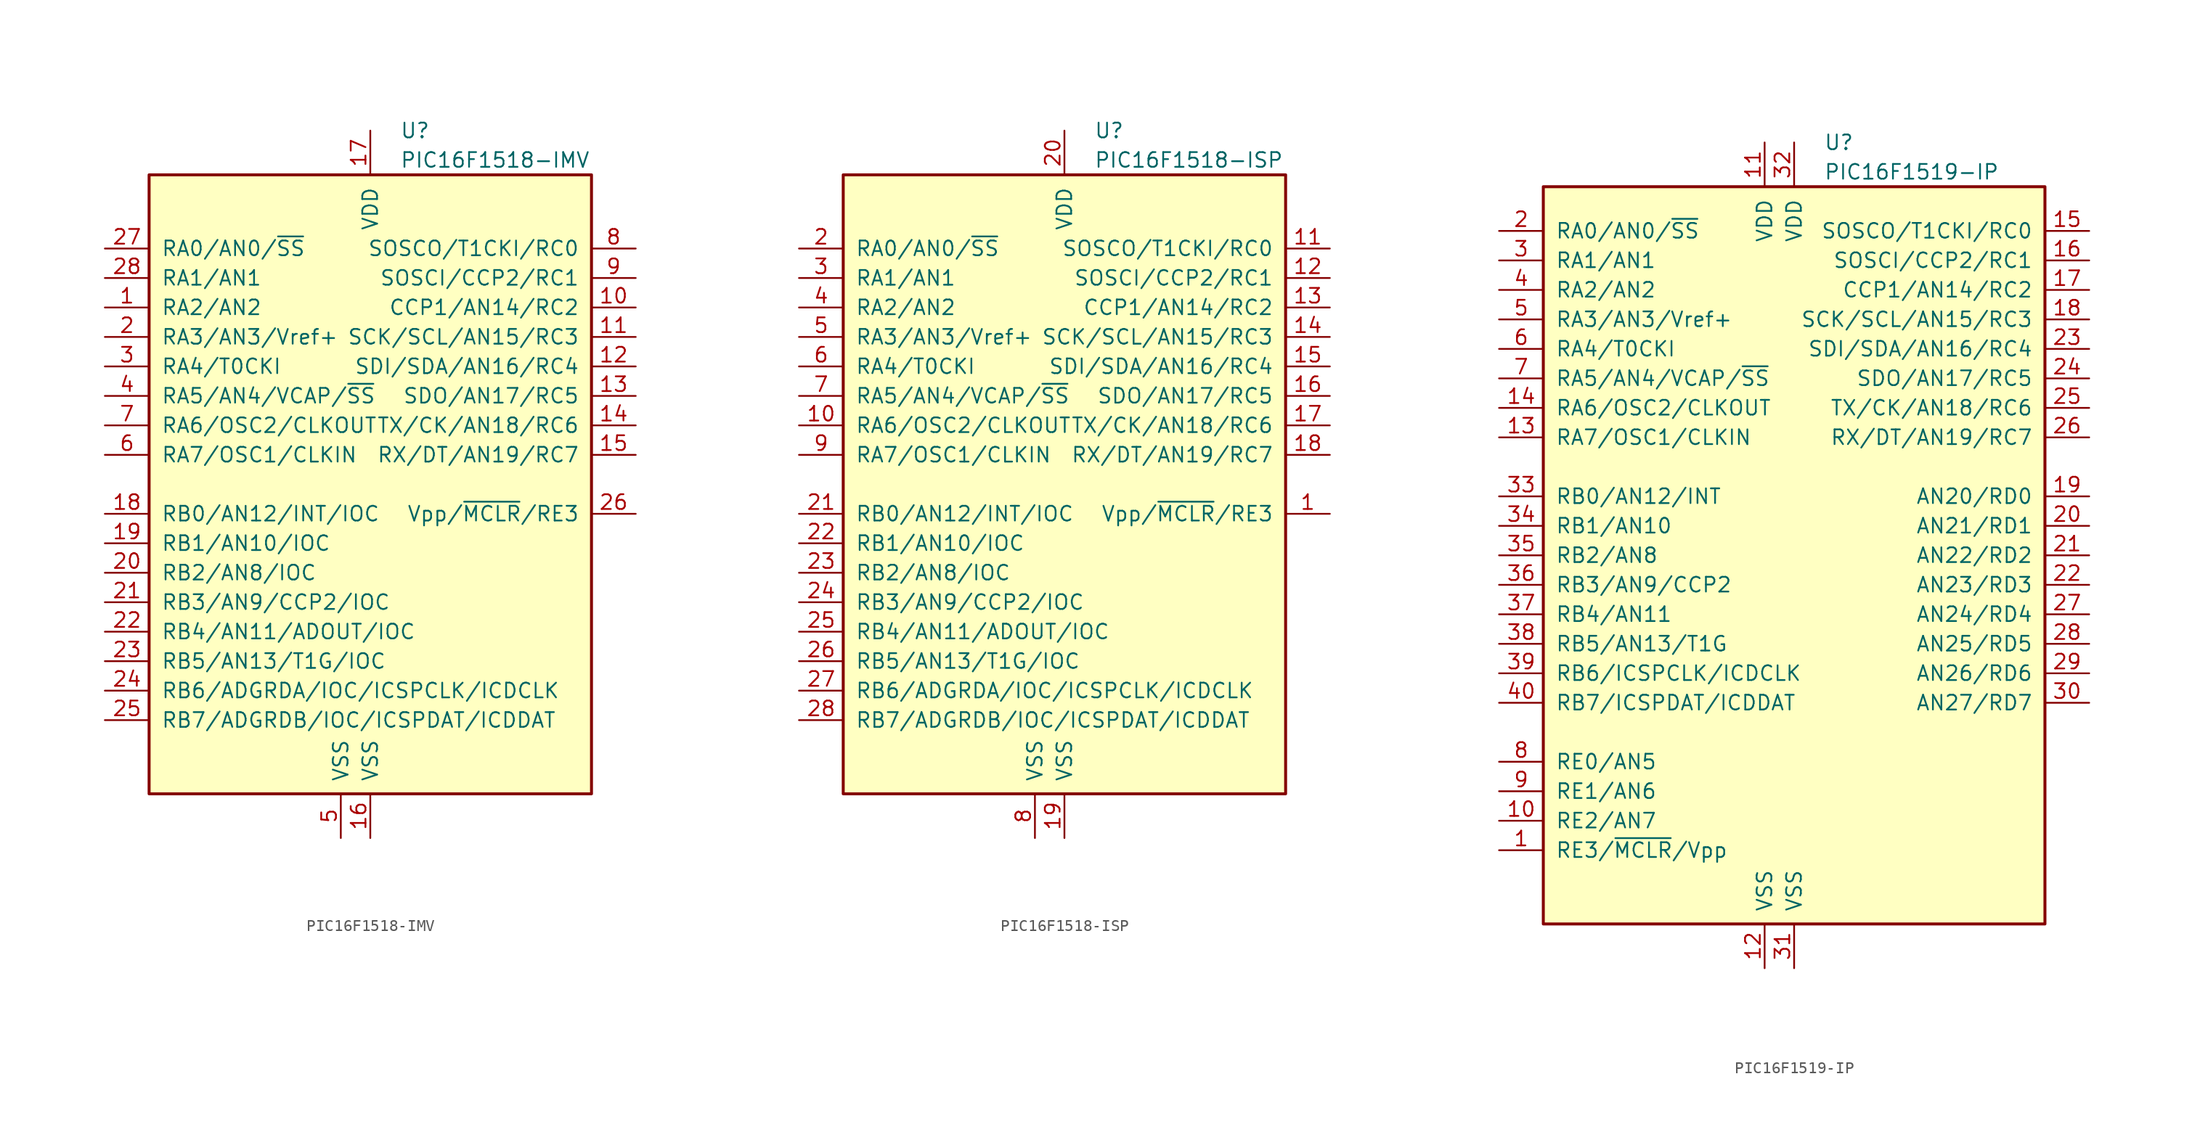
<source format=kicad_sym>
(kicad_symbol_lib
  (version 20201005)
  (generator kicad_symbol_editor)
  (symbol "PIC16F1518-IMV"
    (pin_names
      (offset 1.016))
    (property "Reference" "U"
      (at 2.54 30.48 0)
      (effects (font (size 1.27 1.27)) (justify left)))
    (property "Value" "PIC16F1518-IMV"
      (at 2.54 27.94 0)
      (effects (font (size 1.27 1.27)) (justify left)))
    (symbol "PIC16F1518-IMV_0_1"
      (rectangle (start -19.05 26.67) (end 19.05 -26.67) (stroke (width 0.254)) (fill (type background))))
    (symbol "PIC16F1518-IMV_1_1"
      (pin bidirectional line (at -22.86 15.24 0) (length 3.81) (name "RA2/AN2" (effects (font (size 1.27 1.27)))) (number "1" (effects (font (size 1.27 1.27)))))
      (pin bidirectional line (at 22.86 15.24 180) (length 3.81) (name "CCP1/AN14/RC2" (effects (font (size 1.27 1.27)))) (number "10" (effects (font (size 1.27 1.27)))))
      (pin bidirectional line (at 22.86 12.7 180) (length 3.81) (name "SCK/SCL/AN15/RC3" (effects (font (size 1.27 1.27)))) (number "11" (effects (font (size 1.27 1.27)))))
      (pin bidirectional line (at 22.86 10.16 180) (length 3.81) (name "SDI/SDA/AN16/RC4" (effects (font (size 1.27 1.27)))) (number "12" (effects (font (size 1.27 1.27)))))
      (pin bidirectional line (at 22.86 7.62 180) (length 3.81) (name "SDO/AN17/RC5" (effects (font (size 1.27 1.27)))) (number "13" (effects (font (size 1.27 1.27)))))
      (pin bidirectional line (at 22.86 5.08 180) (length 3.81) (name "TX/CK/AN18/RC6" (effects (font (size 1.27 1.27)))) (number "14" (effects (font (size 1.27 1.27)))))
      (pin bidirectional line (at 22.86 2.54 180) (length 3.81) (name "RX/DT/AN19/RC7" (effects (font (size 1.27 1.27)))) (number "15" (effects (font (size 1.27 1.27)))))
      (pin power_in line (at 0 -30.48 90) (length 3.81) (name "VSS" (effects (font (size 1.27 1.27)))) (number "16" (effects (font (size 1.27 1.27)))))
      (pin power_in line (at 0 30.48 270) (length 3.81) (name "VDD" (effects (font (size 1.27 1.27)))) (number "17" (effects (font (size 1.27 1.27)))))
      (pin bidirectional line (at -22.86 -2.54 0) (length 3.81) (name "RB0/AN12/INT/IOC" (effects (font (size 1.27 1.27)))) (number "18" (effects (font (size 1.27 1.27)))))
      (pin bidirectional line (at -22.86 -5.08 0) (length 3.81) (name "RB1/AN10/IOC" (effects (font (size 1.27 1.27)))) (number "19" (effects (font (size 1.27 1.27)))))
      (pin bidirectional line (at -22.86 12.7 0) (length 3.81) (name "RA3/AN3/Vref+" (effects (font (size 1.27 1.27)))) (number "2" (effects (font (size 1.27 1.27)))))
      (pin bidirectional line (at -22.86 -7.62 0) (length 3.81) (name "RB2/AN8/IOC" (effects (font (size 1.27 1.27)))) (number "20" (effects (font (size 1.27 1.27)))))
      (pin bidirectional line (at -22.86 -10.16 0) (length 3.81) (name "RB3/AN9/CCP2/IOC" (effects (font (size 1.27 1.27)))) (number "21" (effects (font (size 1.27 1.27)))))
      (pin bidirectional line (at -22.86 -12.7 0) (length 3.81) (name "RB4/AN11/ADOUT/IOC" (effects (font (size 1.27 1.27)))) (number "22" (effects (font (size 1.27 1.27)))))
      (pin bidirectional line (at -22.86 -15.24 0) (length 3.81) (name "RB5/AN13/T1G/IOC" (effects (font (size 1.27 1.27)))) (number "23" (effects (font (size 1.27 1.27)))))
      (pin bidirectional line (at -22.86 -17.78 0) (length 3.81) (name "RB6/ADGRDA/IOC/ICSPCLK/ICDCLK" (effects (font (size 1.27 1.27)))) (number "24" (effects (font (size 1.27 1.27)))))
      (pin bidirectional line (at -22.86 -20.32 0) (length 3.81) (name "RB7/ADGRDB/IOC/ICSPDAT/ICDDAT" (effects (font (size 1.27 1.27)))) (number "25" (effects (font (size 1.27 1.27)))))
      (pin input line (at 22.86 -2.54 180) (length 3.81) (name "Vpp/~MCLR~/RE3" (effects (font (size 1.27 1.27)))) (number "26" (effects (font (size 1.27 1.27)))))
      (pin bidirectional line (at -22.86 20.32 0) (length 3.81) (name "RA0/AN0/~SS" (effects (font (size 1.27 1.27)))) (number "27" (effects (font (size 1.27 1.27)))))
      (pin bidirectional line (at -22.86 17.78 0) (length 3.81) (name "RA1/AN1" (effects (font (size 1.27 1.27)))) (number "28" (effects (font (size 1.27 1.27)))))
      (pin bidirectional line (at -22.86 10.16 0) (length 3.81) (name "RA4/T0CKI" (effects (font (size 1.27 1.27)))) (number "3" (effects (font (size 1.27 1.27)))))
      (pin bidirectional line (at -22.86 7.62 0) (length 3.81) (name "RA5/AN4/VCAP/~SS" (effects (font (size 1.27 1.27)))) (number "4" (effects (font (size 1.27 1.27)))))
      (pin power_in line (at -2.54 -30.48 90) (length 3.81) (name "VSS" (effects (font (size 1.27 1.27)))) (number "5" (effects (font (size 1.27 1.27)))))
      (pin bidirectional line (at -22.86 2.54 0) (length 3.81) (name "RA7/OSC1/CLKIN" (effects (font (size 1.27 1.27)))) (number "6" (effects (font (size 1.27 1.27)))))
      (pin bidirectional line (at -22.86 5.08 0) (length 3.81) (name "RA6/OSC2/CLKOUT" (effects (font (size 1.27 1.27)))) (number "7" (effects (font (size 1.27 1.27)))))
      (pin bidirectional line (at 22.86 20.32 180) (length 3.81) (name "SOSCO/T1CKI/RC0" (effects (font (size 1.27 1.27)))) (number "8" (effects (font (size 1.27 1.27)))))
      (pin bidirectional line (at 22.86 17.78 180) (length 3.81) (name "SOSCI/CCP2/RC1" (effects (font (size 1.27 1.27)))) (number "9" (effects (font (size 1.27 1.27)))))))
  (symbol "PIC16F1518-ISP"
    (pin_names
      (offset 1.016))
    (property "Reference" "U"
      (at 2.54 30.48 0)
      (effects (font (size 1.27 1.27)) (justify left)))
    (property "Value" "PIC16F1518-ISP"
      (at 2.54 27.94 0)
      (effects (font (size 1.27 1.27)) (justify left)))
    (symbol "PIC16F1518-ISP_0_1"
      (rectangle (start -19.05 26.67) (end 19.05 -26.67) (stroke (width 0.254)) (fill (type background))))
    (symbol "PIC16F1518-ISP_1_1"
      (pin input line (at 22.86 -2.54 180) (length 3.81) (name "Vpp/~MCLR~/RE3" (effects (font (size 1.27 1.27)))) (number "1" (effects (font (size 1.27 1.27)))))
      (pin bidirectional line (at -22.86 5.08 0) (length 3.81) (name "RA6/OSC2/CLKOUT" (effects (font (size 1.27 1.27)))) (number "10" (effects (font (size 1.27 1.27)))))
      (pin bidirectional line (at 22.86 20.32 180) (length 3.81) (name "SOSCO/T1CKI/RC0" (effects (font (size 1.27 1.27)))) (number "11" (effects (font (size 1.27 1.27)))))
      (pin bidirectional line (at 22.86 17.78 180) (length 3.81) (name "SOSCI/CCP2/RC1" (effects (font (size 1.27 1.27)))) (number "12" (effects (font (size 1.27 1.27)))))
      (pin bidirectional line (at 22.86 15.24 180) (length 3.81) (name "CCP1/AN14/RC2" (effects (font (size 1.27 1.27)))) (number "13" (effects (font (size 1.27 1.27)))))
      (pin bidirectional line (at 22.86 12.7 180) (length 3.81) (name "SCK/SCL/AN15/RC3" (effects (font (size 1.27 1.27)))) (number "14" (effects (font (size 1.27 1.27)))))
      (pin bidirectional line (at 22.86 10.16 180) (length 3.81) (name "SDI/SDA/AN16/RC4" (effects (font (size 1.27 1.27)))) (number "15" (effects (font (size 1.27 1.27)))))
      (pin bidirectional line (at 22.86 7.62 180) (length 3.81) (name "SDO/AN17/RC5" (effects (font (size 1.27 1.27)))) (number "16" (effects (font (size 1.27 1.27)))))
      (pin bidirectional line (at 22.86 5.08 180) (length 3.81) (name "TX/CK/AN18/RC6" (effects (font (size 1.27 1.27)))) (number "17" (effects (font (size 1.27 1.27)))))
      (pin bidirectional line (at 22.86 2.54 180) (length 3.81) (name "RX/DT/AN19/RC7" (effects (font (size 1.27 1.27)))) (number "18" (effects (font (size 1.27 1.27)))))
      (pin power_in line (at 0 -30.48 90) (length 3.81) (name "VSS" (effects (font (size 1.27 1.27)))) (number "19" (effects (font (size 1.27 1.27)))))
      (pin bidirectional line (at -22.86 20.32 0) (length 3.81) (name "RA0/AN0/~SS" (effects (font (size 1.27 1.27)))) (number "2" (effects (font (size 1.27 1.27)))))
      (pin power_in line (at 0 30.48 270) (length 3.81) (name "VDD" (effects (font (size 1.27 1.27)))) (number "20" (effects (font (size 1.27 1.27)))))
      (pin bidirectional line (at -22.86 -2.54 0) (length 3.81) (name "RB0/AN12/INT/IOC" (effects (font (size 1.27 1.27)))) (number "21" (effects (font (size 1.27 1.27)))))
      (pin bidirectional line (at -22.86 -5.08 0) (length 3.81) (name "RB1/AN10/IOC" (effects (font (size 1.27 1.27)))) (number "22" (effects (font (size 1.27 1.27)))))
      (pin bidirectional line (at -22.86 -7.62 0) (length 3.81) (name "RB2/AN8/IOC" (effects (font (size 1.27 1.27)))) (number "23" (effects (font (size 1.27 1.27)))))
      (pin bidirectional line (at -22.86 -10.16 0) (length 3.81) (name "RB3/AN9/CCP2/IOC" (effects (font (size 1.27 1.27)))) (number "24" (effects (font (size 1.27 1.27)))))
      (pin bidirectional line (at -22.86 -12.7 0) (length 3.81) (name "RB4/AN11/ADOUT/IOC" (effects (font (size 1.27 1.27)))) (number "25" (effects (font (size 1.27 1.27)))))
      (pin bidirectional line (at -22.86 -15.24 0) (length 3.81) (name "RB5/AN13/T1G/IOC" (effects (font (size 1.27 1.27)))) (number "26" (effects (font (size 1.27 1.27)))))
      (pin bidirectional line (at -22.86 -17.78 0) (length 3.81) (name "RB6/ADGRDA/IOC/ICSPCLK/ICDCLK" (effects (font (size 1.27 1.27)))) (number "27" (effects (font (size 1.27 1.27)))))
      (pin bidirectional line (at -22.86 -20.32 0) (length 3.81) (name "RB7/ADGRDB/IOC/ICSPDAT/ICDDAT" (effects (font (size 1.27 1.27)))) (number "28" (effects (font (size 1.27 1.27)))))
      (pin bidirectional line (at -22.86 17.78 0) (length 3.81) (name "RA1/AN1" (effects (font (size 1.27 1.27)))) (number "3" (effects (font (size 1.27 1.27)))))
      (pin bidirectional line (at -22.86 15.24 0) (length 3.81) (name "RA2/AN2" (effects (font (size 1.27 1.27)))) (number "4" (effects (font (size 1.27 1.27)))))
      (pin bidirectional line (at -22.86 12.7 0) (length 3.81) (name "RA3/AN3/Vref+" (effects (font (size 1.27 1.27)))) (number "5" (effects (font (size 1.27 1.27)))))
      (pin bidirectional line (at -22.86 10.16 0) (length 3.81) (name "RA4/T0CKI" (effects (font (size 1.27 1.27)))) (number "6" (effects (font (size 1.27 1.27)))))
      (pin bidirectional line (at -22.86 7.62 0) (length 3.81) (name "RA5/AN4/VCAP/~SS" (effects (font (size 1.27 1.27)))) (number "7" (effects (font (size 1.27 1.27)))))
      (pin power_in line (at -2.54 -30.48 90) (length 3.81) (name "VSS" (effects (font (size 1.27 1.27)))) (number "8" (effects (font (size 1.27 1.27)))))
      (pin bidirectional line (at -22.86 2.54 0) (length 3.81) (name "RA7/OSC1/CLKIN" (effects (font (size 1.27 1.27)))) (number "9" (effects (font (size 1.27 1.27)))))))
  (symbol "PIC16F1519-IP"
    (pin_names
      (offset 1.016))
    (property "Reference" "U"
      (at 2.54 35.56 0)
      (effects (font (size 1.27 1.27)) (justify left)))
    (property "Value" "PIC16F1519-IP"
      (at 2.54 33.02 0)
      (effects (font (size 1.27 1.27)) (justify left)))
    (symbol "PIC16F1519-IP_0_1"
      (rectangle (start -21.59 31.75) (end 21.59 -31.75) (stroke (width 0.254)) (fill (type background))))
    (symbol "PIC16F1519-IP_1_1"
      (pin input line (at -25.4 -25.4 0) (length 3.81) (name "RE3/~MCLR~/Vpp" (effects (font (size 1.27 1.27)))) (number "1" (effects (font (size 1.27 1.27)))))
      (pin bidirectional line (at -25.4 -22.86 0) (length 3.81) (name "RE2/AN7" (effects (font (size 1.27 1.27)))) (number "10" (effects (font (size 1.27 1.27)))))
      (pin power_in line (at -2.54 35.56 270) (length 3.81) (name "VDD" (effects (font (size 1.27 1.27)))) (number "11" (effects (font (size 1.27 1.27)))))
      (pin power_in line (at -2.54 -35.56 90) (length 3.81) (name "VSS" (effects (font (size 1.27 1.27)))) (number "12" (effects (font (size 1.27 1.27)))))
      (pin bidirectional line (at -25.4 10.16 0) (length 3.81) (name "RA7/OSC1/CLKIN" (effects (font (size 1.27 1.27)))) (number "13" (effects (font (size 1.27 1.27)))))
      (pin bidirectional line (at -25.4 12.7 0) (length 3.81) (name "RA6/OSC2/CLKOUT" (effects (font (size 1.27 1.27)))) (number "14" (effects (font (size 1.27 1.27)))))
      (pin bidirectional line (at 25.4 27.94 180) (length 3.81) (name "SOSCO/T1CKI/RC0" (effects (font (size 1.27 1.27)))) (number "15" (effects (font (size 1.27 1.27)))))
      (pin bidirectional line (at 25.4 25.4 180) (length 3.81) (name "SOSCI/CCP2/RC1" (effects (font (size 1.27 1.27)))) (number "16" (effects (font (size 1.27 1.27)))))
      (pin bidirectional line (at 25.4 22.86 180) (length 3.81) (name "CCP1/AN14/RC2" (effects (font (size 1.27 1.27)))) (number "17" (effects (font (size 1.27 1.27)))))
      (pin bidirectional line (at 25.4 20.32 180) (length 3.81) (name "SCK/SCL/AN15/RC3" (effects (font (size 1.27 1.27)))) (number "18" (effects (font (size 1.27 1.27)))))
      (pin bidirectional line (at 25.4 5.08 180) (length 3.81) (name "AN20/RD0" (effects (font (size 1.27 1.27)))) (number "19" (effects (font (size 1.27 1.27)))))
      (pin bidirectional line (at -25.4 27.94 0) (length 3.81) (name "RA0/AN0/~SS" (effects (font (size 1.27 1.27)))) (number "2" (effects (font (size 1.27 1.27)))))
      (pin bidirectional line (at 25.4 2.54 180) (length 3.81) (name "AN21/RD1" (effects (font (size 1.27 1.27)))) (number "20" (effects (font (size 1.27 1.27)))))
      (pin bidirectional line (at 25.4 0 180) (length 3.81) (name "AN22/RD2" (effects (font (size 1.27 1.27)))) (number "21" (effects (font (size 1.27 1.27)))))
      (pin bidirectional line (at 25.4 -2.54 180) (length 3.81) (name "AN23/RD3" (effects (font (size 1.27 1.27)))) (number "22" (effects (font (size 1.27 1.27)))))
      (pin bidirectional line (at 25.4 17.78 180) (length 3.81) (name "SDI/SDA/AN16/RC4" (effects (font (size 1.27 1.27)))) (number "23" (effects (font (size 1.27 1.27)))))
      (pin bidirectional line (at 25.4 15.24 180) (length 3.81) (name "SDO/AN17/RC5" (effects (font (size 1.27 1.27)))) (number "24" (effects (font (size 1.27 1.27)))))
      (pin bidirectional line (at 25.4 12.7 180) (length 3.81) (name "TX/CK/AN18/RC6" (effects (font (size 1.27 1.27)))) (number "25" (effects (font (size 1.27 1.27)))))
      (pin bidirectional line (at 25.4 10.16 180) (length 3.81) (name "RX/DT/AN19/RC7" (effects (font (size 1.27 1.27)))) (number "26" (effects (font (size 1.27 1.27)))))
      (pin bidirectional line (at 25.4 -5.08 180) (length 3.81) (name "AN24/RD4" (effects (font (size 1.27 1.27)))) (number "27" (effects (font (size 1.27 1.27)))))
      (pin bidirectional line (at 25.4 -7.62 180) (length 3.81) (name "AN25/RD5" (effects (font (size 1.27 1.27)))) (number "28" (effects (font (size 1.27 1.27)))))
      (pin bidirectional line (at 25.4 -10.16 180) (length 3.81) (name "AN26/RD6" (effects (font (size 1.27 1.27)))) (number "29" (effects (font (size 1.27 1.27)))))
      (pin bidirectional line (at -25.4 25.4 0) (length 3.81) (name "RA1/AN1" (effects (font (size 1.27 1.27)))) (number "3" (effects (font (size 1.27 1.27)))))
      (pin bidirectional line (at 25.4 -12.7 180) (length 3.81) (name "AN27/RD7" (effects (font (size 1.27 1.27)))) (number "30" (effects (font (size 1.27 1.27)))))
      (pin power_in line (at 0 -35.56 90) (length 3.81) (name "VSS" (effects (font (size 1.27 1.27)))) (number "31" (effects (font (size 1.27 1.27)))))
      (pin power_in line (at 0 35.56 270) (length 3.81) (name "VDD" (effects (font (size 1.27 1.27)))) (number "32" (effects (font (size 1.27 1.27)))))
      (pin bidirectional line (at -25.4 5.08 0) (length 3.81) (name "RB0/AN12/INT" (effects (font (size 1.27 1.27)))) (number "33" (effects (font (size 1.27 1.27)))))
      (pin bidirectional line (at -25.4 2.54 0) (length 3.81) (name "RB1/AN10" (effects (font (size 1.27 1.27)))) (number "34" (effects (font (size 1.27 1.27)))))
      (pin bidirectional line (at -25.4 0 0) (length 3.81) (name "RB2/AN8" (effects (font (size 1.27 1.27)))) (number "35" (effects (font (size 1.27 1.27)))))
      (pin bidirectional line (at -25.4 -2.54 0) (length 3.81) (name "RB3/AN9/CCP2" (effects (font (size 1.27 1.27)))) (number "36" (effects (font (size 1.27 1.27)))))
      (pin bidirectional line (at -25.4 -5.08 0) (length 3.81) (name "RB4/AN11" (effects (font (size 1.27 1.27)))) (number "37" (effects (font (size 1.27 1.27)))))
      (pin bidirectional line (at -25.4 -7.62 0) (length 3.81) (name "RB5/AN13/T1G" (effects (font (size 1.27 1.27)))) (number "38" (effects (font (size 1.27 1.27)))))
      (pin bidirectional line (at -25.4 -10.16 0) (length 3.81) (name "RB6/ICSPCLK/ICDCLK" (effects (font (size 1.27 1.27)))) (number "39" (effects (font (size 1.27 1.27)))))
      (pin bidirectional line (at -25.4 22.86 0) (length 3.81) (name "RA2/AN2" (effects (font (size 1.27 1.27)))) (number "4" (effects (font (size 1.27 1.27)))))
      (pin bidirectional line (at -25.4 -12.7 0) (length 3.81) (name "RB7/ICSPDAT/ICDDAT" (effects (font (size 1.27 1.27)))) (number "40" (effects (font (size 1.27 1.27)))))
      (pin bidirectional line (at -25.4 20.32 0) (length 3.81) (name "RA3/AN3/Vref+" (effects (font (size 1.27 1.27)))) (number "5" (effects (font (size 1.27 1.27)))))
      (pin bidirectional line (at -25.4 17.78 0) (length 3.81) (name "RA4/T0CKI" (effects (font (size 1.27 1.27)))) (number "6" (effects (font (size 1.27 1.27)))))
      (pin bidirectional line (at -25.4 15.24 0) (length 3.81) (name "RA5/AN4/VCAP/~SS" (effects (font (size 1.27 1.27)))) (number "7" (effects (font (size 1.27 1.27)))))
      (pin bidirectional line (at -25.4 -17.78 0) (length 3.81) (name "RE0/AN5" (effects (font (size 1.27 1.27)))) (number "8" (effects (font (size 1.27 1.27)))))
      (pin bidirectional line (at -25.4 -20.32 0) (length 3.81) (name "RE1/AN6" (effects (font (size 1.27 1.27)))) (number "9" (effects (font (size 1.27 1.27))))))))
</source>
